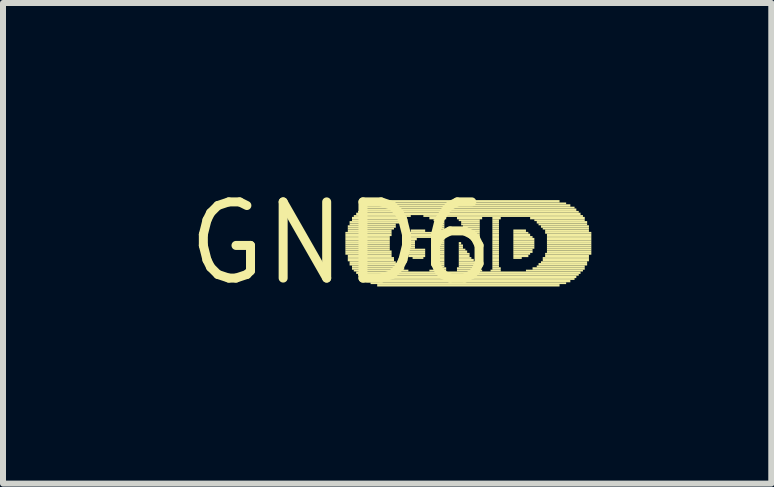
<source format=kicad_pcb>
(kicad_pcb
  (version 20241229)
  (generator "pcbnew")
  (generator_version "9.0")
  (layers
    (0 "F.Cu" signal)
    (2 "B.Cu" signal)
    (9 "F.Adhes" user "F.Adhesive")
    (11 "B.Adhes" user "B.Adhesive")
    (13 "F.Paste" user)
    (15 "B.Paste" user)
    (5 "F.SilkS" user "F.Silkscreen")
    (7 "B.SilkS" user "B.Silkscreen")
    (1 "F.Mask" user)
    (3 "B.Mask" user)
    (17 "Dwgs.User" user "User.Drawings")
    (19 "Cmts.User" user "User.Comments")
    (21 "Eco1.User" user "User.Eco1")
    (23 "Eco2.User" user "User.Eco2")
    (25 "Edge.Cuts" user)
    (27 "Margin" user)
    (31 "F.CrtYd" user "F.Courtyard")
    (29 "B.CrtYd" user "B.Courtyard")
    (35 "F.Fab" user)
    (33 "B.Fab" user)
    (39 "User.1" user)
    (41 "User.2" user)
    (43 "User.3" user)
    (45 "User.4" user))
  (footprint "GND6"
    (layer "F.Cu")
    (at 2.638 1.006)
    (property "Reference" "GND6" (at 0 0 0) (layer "F.SilkS") (effects (font (size 1.27 1.27) (thickness 0.15))))
    (fp_poly (pts (xy 0.07 -0.16) (xy 0.84 -0.16) (xy 0.84 -0.19) (xy 0.07 -0.19)) (stroke (width 0) (type default)) (fill yes) (layer "F.SilkS"))
    (fp_poly (pts (xy 0.07 -0.12) (xy 0.84 -0.12) (xy 0.84 -0.16) (xy 0.07 -0.16)) (stroke (width 0) (type default)) (fill yes) (layer "F.SilkS"))
    (fp_poly (pts (xy 0.07 -0.09) (xy 0.81 -0.09) (xy 0.81 -0.12) (xy 0.07 -0.12)) (stroke (width 0) (type default)) (fill yes) (layer "F.SilkS"))
    (fp_poly (pts (xy 0.07 -0.05) (xy 0.81 -0.05) (xy 0.81 -0.09) (xy 0.07 -0.09)) (stroke (width 0) (type default)) (fill yes) (layer "F.SilkS"))
    (fp_poly (pts (xy 0.07 -0.02) (xy 0.81 -0.02) (xy 0.81 -0.05) (xy 0.07 -0.05)) (stroke (width 0) (type default)) (fill yes) (layer "F.SilkS"))
    (fp_poly (pts (xy 0.07 0.02) (xy 0.81 0.02) (xy 0.81 -0.02) (xy 0.07 -0.02)) (stroke (width 0) (type default)) (fill yes) (layer "F.SilkS"))
    (fp_poly (pts (xy 0.07 0.05) (xy 0.81 0.05) (xy 0.81 0.02) (xy 0.07 0.02)) (stroke (width 0) (type default)) (fill yes) (layer "F.SilkS"))
    (fp_poly (pts (xy 0.07 0.09) (xy 0.81 0.09) (xy 0.81 0.05) (xy 0.07 0.05)) (stroke (width 0) (type default)) (fill yes) (layer "F.SilkS"))
    (fp_poly (pts (xy 0.07 0.12) (xy 0.81 0.12) (xy 0.81 0.09) (xy 0.07 0.09)) (stroke (width 0) (type default)) (fill yes) (layer "F.SilkS"))
    (fp_poly (pts (xy 0.07 0.16) (xy 0.84 0.16) (xy 0.84 0.12) (xy 0.07 0.12)) (stroke (width 0) (type default)) (fill yes) (layer "F.SilkS"))
    (fp_poly (pts (xy 0.07 0.19) (xy 0.84 0.19) (xy 0.84 0.16) (xy 0.07 0.16)) (stroke (width 0) (type default)) (fill yes) (layer "F.SilkS"))
    (fp_poly (pts (xy 0.11 -0.26) (xy 0.91 -0.26) (xy 0.91 -0.3) (xy 0.11 -0.3)) (stroke (width 0) (type default)) (fill yes) (layer "F.SilkS"))
    (fp_poly (pts (xy 0.11 -0.23) (xy 0.88 -0.23) (xy 0.88 -0.26) (xy 0.11 -0.26)) (stroke (width 0) (type default)) (fill yes) (layer "F.SilkS"))
    (fp_poly (pts (xy 0.11 -0.19) (xy 0.84 -0.19) (xy 0.84 -0.23) (xy 0.11 -0.23)) (stroke (width 0) (type default)) (fill yes) (layer "F.SilkS"))
    (fp_poly (pts (xy 0.11 0.23) (xy 0.84 0.23) (xy 0.84 0.19) (xy 0.11 0.19)) (stroke (width 0) (type default)) (fill yes) (layer "F.SilkS"))
    (fp_poly (pts (xy 0.11 0.26) (xy 0.88 0.26) (xy 0.88 0.23) (xy 0.11 0.23)) (stroke (width 0) (type default)) (fill yes) (layer "F.SilkS"))
    (fp_poly (pts (xy 0.11 0.3) (xy 0.88 0.3) (xy 0.88 0.26) (xy 0.11 0.26)) (stroke (width 0) (type default)) (fill yes) (layer "F.SilkS"))
    (fp_poly (pts (xy 0.14 -0.33) (xy 0.98 -0.33) (xy 0.98 -0.37) (xy 0.14 -0.37)) (stroke (width 0) (type default)) (fill yes) (layer "F.SilkS"))
    (fp_poly (pts (xy 0.14 -0.3) (xy 0.91 -0.3) (xy 0.91 -0.33) (xy 0.14 -0.33)) (stroke (width 0) (type default)) (fill yes) (layer "F.SilkS"))
    (fp_poly (pts (xy 0.14 0.33) (xy 0.91 0.33) (xy 0.91 0.3) (xy 0.14 0.3)) (stroke (width 0) (type default)) (fill yes) (layer "F.SilkS"))
    (fp_poly (pts (xy 0.14 0.37) (xy 0.95 0.37) (xy 0.95 0.33) (xy 0.14 0.33)) (stroke (width 0) (type default)) (fill yes) (layer "F.SilkS"))
    (fp_poly (pts (xy 0.18 -0.4) (xy 1.09 -0.4) (xy 1.09 -0.44) (xy 0.18 -0.44)) (stroke (width 0) (type default)) (fill yes) (layer "F.SilkS"))
    (fp_poly (pts (xy 0.18 -0.37) (xy 1.02 -0.37) (xy 1.02 -0.4) (xy 0.18 -0.4)) (stroke (width 0) (type default)) (fill yes) (layer "F.SilkS"))
    (fp_poly (pts (xy 0.18 0.4) (xy 0.98 0.4) (xy 0.98 0.37) (xy 0.18 0.37)) (stroke (width 0) (type default)) (fill yes) (layer "F.SilkS"))
    (fp_poly (pts (xy 0.18 0.44) (xy 1.05 0.44) (xy 1.05 0.4) (xy 0.18 0.4)) (stroke (width 0) (type default)) (fill yes) (layer "F.SilkS"))
    (fp_poly (pts (xy 0.21 -0.44) (xy 1.16 -0.44) (xy 1.16 -0.47) (xy 0.21 -0.47)) (stroke (width 0) (type default)) (fill yes) (layer "F.SilkS"))
    (fp_poly (pts (xy 0.21 0.47) (xy 1.12 0.47) (xy 1.12 0.44) (xy 0.21 0.44)) (stroke (width 0) (type default)) (fill yes) (layer "F.SilkS"))
    (fp_poly (pts (xy 0.25 -0.47) (xy 3.99 -0.47) (xy 3.99 -0.51) (xy 0.25 -0.51)) (stroke (width 0) (type default)) (fill yes) (layer "F.SilkS"))
    (fp_poly (pts (xy 0.25 0.51) (xy 3.99 0.51) (xy 3.99 0.47) (xy 0.25 0.47)) (stroke (width 0) (type default)) (fill yes) (layer "F.SilkS"))
    (fp_poly (pts (xy 0.28 -0.51) (xy 3.96 -0.51) (xy 3.96 -0.54) (xy 0.28 -0.54)) (stroke (width 0) (type default)) (fill yes) (layer "F.SilkS"))
    (fp_poly (pts (xy 0.28 0.54) (xy 3.96 0.54) (xy 3.96 0.51) (xy 0.28 0.51)) (stroke (width 0) (type default)) (fill yes) (layer "F.SilkS"))
    (fp_poly (pts (xy 0.32 -0.54) (xy 3.92 -0.54) (xy 3.92 -0.58) (xy 0.32 -0.58)) (stroke (width 0) (type default)) (fill yes) (layer "F.SilkS"))
    (fp_poly (pts (xy 0.32 0.58) (xy 3.92 0.58) (xy 3.92 0.54) (xy 0.32 0.54)) (stroke (width 0) (type default)) (fill yes) (layer "F.SilkS"))
    (fp_poly (pts (xy 0.35 -0.58) (xy 3.89 -0.58) (xy 3.89 -0.61) (xy 0.35 -0.61)) (stroke (width 0) (type default)) (fill yes) (layer "F.SilkS"))
    (fp_poly (pts (xy 0.35 0.61) (xy 3.89 0.61) (xy 3.89 0.58) (xy 0.35 0.58)) (stroke (width 0) (type default)) (fill yes) (layer "F.SilkS"))
    (fp_poly (pts (xy 0.42 -0.61) (xy 3.82 -0.61) (xy 3.82 -0.65) (xy 0.42 -0.65)) (stroke (width 0) (type default)) (fill yes) (layer "F.SilkS"))
    (fp_poly (pts (xy 0.42 0.65) (xy 3.82 0.65) (xy 3.82 0.61) (xy 0.42 0.61)) (stroke (width 0) (type default)) (fill yes) (layer "F.SilkS"))
    (fp_poly (pts (xy 0.49 -0.65) (xy 3.75 -0.65) (xy 3.75 -0.68) (xy 0.49 -0.68)) (stroke (width 0) (type default)) (fill yes) (layer "F.SilkS"))
    (fp_poly (pts (xy 0.49 0.68) (xy 3.75 0.68) (xy 3.75 0.65) (xy 0.49 0.65)) (stroke (width 0) (type default)) (fill yes) (layer "F.SilkS"))
    (fp_poly (pts (xy 0.6 -0.68) (xy 3.64 -0.68) (xy 3.64 -0.72) (xy 0.6 -0.72)) (stroke (width 0) (type default)) (fill yes) (layer "F.SilkS"))
    (fp_poly (pts (xy 0.6 0.72) (xy 3.64 0.72) (xy 3.64 0.68) (xy 0.6 0.68)) (stroke (width 0) (type default)) (fill yes) (layer "F.SilkS"))
    (fp_poly (pts (xy 1.02 -0.05) (xy 1.26 -0.05) (xy 1.26 -0.09) (xy 1.02 -0.09)) (stroke (width 0) (type default)) (fill yes) (layer "F.SilkS"))
    (fp_poly (pts (xy 1.02 -0.02) (xy 1.23 -0.02) (xy 1.23 -0.05) (xy 1.02 -0.05)) (stroke (width 0) (type default)) (fill yes) (layer "F.SilkS"))
    (fp_poly (pts (xy 1.02 0.02) (xy 1.23 0.02) (xy 1.23 -0.02) (xy 1.02 -0.02)) (stroke (width 0) (type default)) (fill yes) (layer "F.SilkS"))
    (fp_poly (pts (xy 1.02 0.05) (xy 1.23 0.05) (xy 1.23 0.02) (xy 1.02 0.02)) (stroke (width 0) (type default)) (fill yes) (layer "F.SilkS"))
    (fp_poly (pts (xy 1.02 0.09) (xy 1.23 0.09) (xy 1.23 0.05) (xy 1.02 0.05)) (stroke (width 0) (type default)) (fill yes) (layer "F.SilkS"))
    (fp_poly (pts (xy 1.05 -0.12) (xy 1.72 -0.12) (xy 1.72 -0.16) (xy 1.05 -0.16)) (stroke (width 0) (type default)) (fill yes) (layer "F.SilkS"))
    (fp_poly (pts (xy 1.05 -0.09) (xy 1.72 -0.09) (xy 1.72 -0.12) (xy 1.05 -0.12)) (stroke (width 0) (type default)) (fill yes) (layer "F.SilkS"))
    (fp_poly (pts (xy 1.05 0.12) (xy 1.4 0.12) (xy 1.4 0.09) (xy 1.05 0.09)) (stroke (width 0) (type default)) (fill yes) (layer "F.SilkS"))
    (fp_poly (pts (xy 1.05 0.16) (xy 1.4 0.16) (xy 1.4 0.12) (xy 1.05 0.12)) (stroke (width 0) (type default)) (fill yes) (layer "F.SilkS"))
    (fp_poly (pts (xy 1.09 -0.16) (xy 1.72 -0.16) (xy 1.72 -0.19) (xy 1.09 -0.19)) (stroke (width 0) (type default)) (fill yes) (layer "F.SilkS"))
    (fp_poly (pts (xy 1.09 0.19) (xy 1.4 0.19) (xy 1.4 0.16) (xy 1.09 0.16)) (stroke (width 0) (type default)) (fill yes) (layer "F.SilkS"))
    (fp_poly (pts (xy 1.12 0.23) (xy 1.4 0.23) (xy 1.4 0.19) (xy 1.12 0.19)) (stroke (width 0) (type default)) (fill yes) (layer "F.SilkS"))
    (fp_poly (pts (xy 1.16 -0.19) (xy 1.4 -0.19) (xy 1.4 -0.23) (xy 1.16 -0.23)) (stroke (width 0) (type default)) (fill yes) (layer "F.SilkS"))
    (fp_poly (pts (xy 1.19 0.26) (xy 1.37 0.26) (xy 1.37 0.23) (xy 1.19 0.23)) (stroke (width 0) (type default)) (fill yes) (layer "F.SilkS"))
    (fp_poly (pts (xy 1.37 -0.44) (xy 4.03 -0.44) (xy 4.03 -0.47) (xy 1.37 -0.47)) (stroke (width 0) (type default)) (fill yes) (layer "F.SilkS"))
    (fp_poly (pts (xy 1.47 -0.4) (xy 1.75 -0.4) (xy 1.75 -0.44) (xy 1.47 -0.44)) (stroke (width 0) (type default)) (fill yes) (layer "F.SilkS"))
    (fp_poly (pts (xy 1.47 0.47) (xy 1.75 0.47) (xy 1.75 0.44) (xy 1.47 0.44)) (stroke (width 0) (type default)) (fill yes) (layer "F.SilkS"))
    (fp_poly (pts (xy 1.54 -0.37) (xy 1.72 -0.37) (xy 1.72 -0.4) (xy 1.54 -0.4)) (stroke (width 0) (type default)) (fill yes) (layer "F.SilkS"))
    (fp_poly (pts (xy 1.54 -0.19) (xy 1.72 -0.19) (xy 1.72 -0.23) (xy 1.54 -0.23)) (stroke (width 0) (type default)) (fill yes) (layer "F.SilkS"))
    (fp_poly (pts (xy 1.54 0.44) (xy 1.75 0.44) (xy 1.75 0.4) (xy 1.54 0.4)) (stroke (width 0) (type default)) (fill yes) (layer "F.SilkS"))
    (fp_poly (pts (xy 1.58 -0.33) (xy 1.72 -0.33) (xy 1.72 -0.37) (xy 1.58 -0.37)) (stroke (width 0) (type default)) (fill yes) (layer "F.SilkS"))
    (fp_poly (pts (xy 1.58 -0.3) (xy 1.72 -0.3) (xy 1.72 -0.33) (xy 1.58 -0.33)) (stroke (width 0) (type default)) (fill yes) (layer "F.SilkS"))
    (fp_poly (pts (xy 1.58 -0.26) (xy 1.72 -0.26) (xy 1.72 -0.3) (xy 1.58 -0.3)) (stroke (width 0) (type default)) (fill yes) (layer "F.SilkS"))
    (fp_poly (pts (xy 1.58 -0.23) (xy 1.72 -0.23) (xy 1.72 -0.26) (xy 1.58 -0.26)) (stroke (width 0) (type default)) (fill yes) (layer "F.SilkS"))
    (fp_poly (pts (xy 1.58 -0.05) (xy 1.72 -0.05) (xy 1.72 -0.09) (xy 1.58 -0.09)) (stroke (width 0) (type default)) (fill yes) (layer "F.SilkS"))
    (fp_poly (pts (xy 1.58 0.4) (xy 1.72 0.4) (xy 1.72 0.37) (xy 1.58 0.37)) (stroke (width 0) (type default)) (fill yes) (layer "F.SilkS"))
    (fp_poly (pts (xy 1.61 -0.02) (xy 1.72 -0.02) (xy 1.72 -0.05) (xy 1.61 -0.05)) (stroke (width 0) (type default)) (fill yes) (layer "F.SilkS"))
    (fp_poly (pts (xy 1.61 0.02) (xy 1.72 0.02) (xy 1.72 -0.02) (xy 1.61 -0.02)) (stroke (width 0) (type default)) (fill yes) (layer "F.SilkS"))
    (fp_poly (pts (xy 1.61 0.05) (xy 1.72 0.05) (xy 1.72 0.02) (xy 1.61 0.02)) (stroke (width 0) (type default)) (fill yes) (layer "F.SilkS"))
    (fp_poly (pts (xy 1.61 0.09) (xy 1.72 0.09) (xy 1.72 0.05) (xy 1.61 0.05)) (stroke (width 0) (type default)) (fill yes) (layer "F.SilkS"))
    (fp_poly (pts (xy 1.61 0.12) (xy 1.72 0.12) (xy 1.72 0.09) (xy 1.61 0.09)) (stroke (width 0) (type default)) (fill yes) (layer "F.SilkS"))
    (fp_poly (pts (xy 1.61 0.16) (xy 1.72 0.16) (xy 1.72 0.12) (xy 1.61 0.12)) (stroke (width 0) (type default)) (fill yes) (layer "F.SilkS"))
    (fp_poly (pts (xy 1.61 0.19) (xy 1.72 0.19) (xy 1.72 0.16) (xy 1.61 0.16)) (stroke (width 0) (type default)) (fill yes) (layer "F.SilkS"))
    (fp_poly (pts (xy 1.61 0.23) (xy 1.72 0.23) (xy 1.72 0.19) (xy 1.61 0.19)) (stroke (width 0) (type default)) (fill yes) (layer "F.SilkS"))
    (fp_poly (pts (xy 1.61 0.26) (xy 1.72 0.26) (xy 1.72 0.23) (xy 1.61 0.23)) (stroke (width 0) (type default)) (fill yes) (layer "F.SilkS"))
    (fp_poly (pts (xy 1.61 0.3) (xy 1.72 0.3) (xy 1.72 0.26) (xy 1.61 0.26)) (stroke (width 0) (type default)) (fill yes) (layer "F.SilkS"))
    (fp_poly (pts (xy 1.61 0.33) (xy 1.72 0.33) (xy 1.72 0.3) (xy 1.61 0.3)) (stroke (width 0) (type default)) (fill yes) (layer "F.SilkS"))
    (fp_poly (pts (xy 1.61 0.37) (xy 1.72 0.37) (xy 1.72 0.33) (xy 1.61 0.33)) (stroke (width 0) (type default)) (fill yes) (layer "F.SilkS"))
    (fp_poly (pts (xy 1.93 -0.4) (xy 2.35 -0.4) (xy 2.35 -0.44) (xy 1.93 -0.44)) (stroke (width 0) (type default)) (fill yes) (layer "F.SilkS"))
    (fp_poly (pts (xy 1.93 0.44) (xy 2.31 0.44) (xy 2.31 0.4) (xy 1.93 0.4)) (stroke (width 0) (type default)) (fill yes) (layer "F.SilkS"))
    (fp_poly (pts (xy 1.93 0.47) (xy 2.35 0.47) (xy 2.35 0.44) (xy 1.93 0.44)) (stroke (width 0) (type default)) (fill yes) (layer "F.SilkS"))
    (fp_poly (pts (xy 1.96 -0.37) (xy 2.31 -0.37) (xy 2.31 -0.4) (xy 1.96 -0.4)) (stroke (width 0) (type default)) (fill yes) (layer "F.SilkS"))
    (fp_poly (pts (xy 1.96 0.02) (xy 2 0.02) (xy 2 -0.02) (xy 1.96 -0.02)) (stroke (width 0) (type default)) (fill yes) (layer "F.SilkS"))
    (fp_poly (pts (xy 1.96 0.05) (xy 2.03 0.05) (xy 2.03 0.02) (xy 1.96 0.02)) (stroke (width 0) (type default)) (fill yes) (layer "F.SilkS"))
    (fp_poly (pts (xy 1.96 0.09) (xy 2.03 0.09) (xy 2.03 0.05) (xy 1.96 0.05)) (stroke (width 0) (type default)) (fill yes) (layer "F.SilkS"))
    (fp_poly (pts (xy 1.96 0.12) (xy 2.07 0.12) (xy 2.07 0.09) (xy 1.96 0.09)) (stroke (width 0) (type default)) (fill yes) (layer "F.SilkS"))
    (fp_poly (pts (xy 1.96 0.16) (xy 2.1 0.16) (xy 2.1 0.12) (xy 1.96 0.12)) (stroke (width 0) (type default)) (fill yes) (layer "F.SilkS"))
    (fp_poly (pts (xy 1.96 0.19) (xy 2.14 0.19) (xy 2.14 0.16) (xy 1.96 0.16)) (stroke (width 0) (type default)) (fill yes) (layer "F.SilkS"))
    (fp_poly (pts (xy 1.96 0.23) (xy 2.14 0.23) (xy 2.14 0.19) (xy 1.96 0.19)) (stroke (width 0) (type default)) (fill yes) (layer "F.SilkS"))
    (fp_poly (pts (xy 1.96 0.26) (xy 2.17 0.26) (xy 2.17 0.23) (xy 1.96 0.23)) (stroke (width 0) (type default)) (fill yes) (layer "F.SilkS"))
    (fp_poly (pts (xy 1.96 0.3) (xy 2.21 0.3) (xy 2.21 0.26) (xy 1.96 0.26)) (stroke (width 0) (type default)) (fill yes) (layer "F.SilkS"))
    (fp_poly (pts (xy 1.96 0.33) (xy 2.24 0.33) (xy 2.24 0.3) (xy 1.96 0.3)) (stroke (width 0) (type default)) (fill yes) (layer "F.SilkS"))
    (fp_poly (pts (xy 1.96 0.37) (xy 2.24 0.37) (xy 2.24 0.33) (xy 1.96 0.33)) (stroke (width 0) (type default)) (fill yes) (layer "F.SilkS"))
    (fp_poly (pts (xy 1.96 0.4) (xy 2.28 0.4) (xy 2.28 0.37) (xy 1.96 0.37)) (stroke (width 0) (type default)) (fill yes) (layer "F.SilkS"))
    (fp_poly (pts (xy 2 -0.33) (xy 2.31 -0.33) (xy 2.31 -0.37) (xy 2 -0.37)) (stroke (width 0) (type default)) (fill yes) (layer "F.SilkS"))
    (fp_poly (pts (xy 2 -0.3) (xy 2.31 -0.3) (xy 2.31 -0.33) (xy 2 -0.33)) (stroke (width 0) (type default)) (fill yes) (layer "F.SilkS"))
    (fp_poly (pts (xy 2.03 -0.26) (xy 2.31 -0.26) (xy 2.31 -0.3) (xy 2.03 -0.3)) (stroke (width 0) (type default)) (fill yes) (layer "F.SilkS"))
    (fp_poly (pts (xy 2.07 -0.23) (xy 2.31 -0.23) (xy 2.31 -0.26) (xy 2.07 -0.26)) (stroke (width 0) (type default)) (fill yes) (layer "F.SilkS"))
    (fp_poly (pts (xy 2.1 -0.19) (xy 2.31 -0.19) (xy 2.31 -0.23) (xy 2.1 -0.23)) (stroke (width 0) (type default)) (fill yes) (layer "F.SilkS"))
    (fp_poly (pts (xy 2.1 -0.16) (xy 2.31 -0.16) (xy 2.31 -0.19) (xy 2.1 -0.19)) (stroke (width 0) (type default)) (fill yes) (layer "F.SilkS"))
    (fp_poly (pts (xy 2.14 -0.12) (xy 2.31 -0.12) (xy 2.31 -0.16) (xy 2.14 -0.16)) (stroke (width 0) (type default)) (fill yes) (layer "F.SilkS"))
    (fp_poly (pts (xy 2.17 -0.09) (xy 2.31 -0.09) (xy 2.31 -0.12) (xy 2.17 -0.12)) (stroke (width 0) (type default)) (fill yes) (layer "F.SilkS"))
    (fp_poly (pts (xy 2.21 -0.05) (xy 2.31 -0.05) (xy 2.31 -0.09) (xy 2.21 -0.09)) (stroke (width 0) (type default)) (fill yes) (layer "F.SilkS"))
    (fp_poly (pts (xy 2.21 -0.02) (xy 2.31 -0.02) (xy 2.31 -0.05) (xy 2.21 -0.05)) (stroke (width 0) (type default)) (fill yes) (layer "F.SilkS"))
    (fp_poly (pts (xy 2.24 0.02) (xy 2.31 0.02) (xy 2.31 -0.02) (xy 2.24 -0.02)) (stroke (width 0) (type default)) (fill yes) (layer "F.SilkS"))
    (fp_poly (pts (xy 2.28 0.05) (xy 2.31 0.05) (xy 2.31 0.02) (xy 2.28 0.02)) (stroke (width 0) (type default)) (fill yes) (layer "F.SilkS"))
    (fp_poly (pts (xy 2.49 0.47) (xy 2.66 0.47) (xy 2.66 0.44) (xy 2.49 0.44)) (stroke (width 0) (type default)) (fill yes) (layer "F.SilkS"))
    (fp_poly (pts (xy 2.52 -0.4) (xy 2.66 -0.4) (xy 2.66 -0.44) (xy 2.52 -0.44)) (stroke (width 0) (type default)) (fill yes) (layer "F.SilkS"))
    (fp_poly (pts (xy 2.52 -0.37) (xy 2.63 -0.37) (xy 2.63 -0.4) (xy 2.52 -0.4)) (stroke (width 0) (type default)) (fill yes) (layer "F.SilkS"))
    (fp_poly (pts (xy 2.52 -0.33) (xy 2.63 -0.33) (xy 2.63 -0.37) (xy 2.52 -0.37)) (stroke (width 0) (type default)) (fill yes) (layer "F.SilkS"))
    (fp_poly (pts (xy 2.52 -0.3) (xy 2.63 -0.3) (xy 2.63 -0.33) (xy 2.52 -0.33)) (stroke (width 0) (type default)) (fill yes) (layer "F.SilkS"))
    (fp_poly (pts (xy 2.52 -0.26) (xy 2.63 -0.26) (xy 2.63 -0.3) (xy 2.52 -0.3)) (stroke (width 0) (type default)) (fill yes) (layer "F.SilkS"))
    (fp_poly (pts (xy 2.52 -0.23) (xy 2.63 -0.23) (xy 2.63 -0.26) (xy 2.52 -0.26)) (stroke (width 0) (type default)) (fill yes) (layer "F.SilkS"))
    (fp_poly (pts (xy 2.52 -0.19) (xy 2.63 -0.19) (xy 2.63 -0.23) (xy 2.52 -0.23)) (stroke (width 0) (type default)) (fill yes) (layer "F.SilkS"))
    (fp_poly (pts (xy 2.52 -0.16) (xy 2.63 -0.16) (xy 2.63 -0.19) (xy 2.52 -0.19)) (stroke (width 0) (type default)) (fill yes) (layer "F.SilkS"))
    (fp_poly (pts (xy 2.52 -0.12) (xy 2.63 -0.12) (xy 2.63 -0.16) (xy 2.52 -0.16)) (stroke (width 0) (type default)) (fill yes) (layer "F.SilkS"))
    (fp_poly (pts (xy 2.52 -0.09) (xy 2.63 -0.09) (xy 2.63 -0.12) (xy 2.52 -0.12)) (stroke (width 0) (type default)) (fill yes) (layer "F.SilkS"))
    (fp_poly (pts (xy 2.52 -0.05) (xy 2.63 -0.05) (xy 2.63 -0.09) (xy 2.52 -0.09)) (stroke (width 0) (type default)) (fill yes) (layer "F.SilkS"))
    (fp_poly (pts (xy 2.52 -0.02) (xy 2.63 -0.02) (xy 2.63 -0.05) (xy 2.52 -0.05)) (stroke (width 0) (type default)) (fill yes) (layer "F.SilkS"))
    (fp_poly (pts (xy 2.52 0.02) (xy 2.63 0.02) (xy 2.63 -0.02) (xy 2.52 -0.02)) (stroke (width 0) (type default)) (fill yes) (layer "F.SilkS"))
    (fp_poly (pts (xy 2.52 0.05) (xy 2.63 0.05) (xy 2.63 0.02) (xy 2.52 0.02)) (stroke (width 0) (type default)) (fill yes) (layer "F.SilkS"))
    (fp_poly (pts (xy 2.52 0.09) (xy 2.63 0.09) (xy 2.63 0.05) (xy 2.52 0.05)) (stroke (width 0) (type default)) (fill yes) (layer "F.SilkS"))
    (fp_poly (pts (xy 2.52 0.12) (xy 2.63 0.12) (xy 2.63 0.09) (xy 2.52 0.09)) (stroke (width 0) (type default)) (fill yes) (layer "F.SilkS"))
    (fp_poly (pts (xy 2.52 0.16) (xy 2.63 0.16) (xy 2.63 0.12) (xy 2.52 0.12)) (stroke (width 0) (type default)) (fill yes) (layer "F.SilkS"))
    (fp_poly (pts (xy 2.52 0.19) (xy 2.63 0.19) (xy 2.63 0.16) (xy 2.52 0.16)) (stroke (width 0) (type default)) (fill yes) (layer "F.SilkS"))
    (fp_poly (pts (xy 2.52 0.23) (xy 2.63 0.23) (xy 2.63 0.19) (xy 2.52 0.19)) (stroke (width 0) (type default)) (fill yes) (layer "F.SilkS"))
    (fp_poly (pts (xy 2.52 0.26) (xy 2.63 0.26) (xy 2.63 0.23) (xy 2.52 0.23)) (stroke (width 0) (type default)) (fill yes) (layer "F.SilkS"))
    (fp_poly (pts (xy 2.52 0.3) (xy 2.63 0.3) (xy 2.63 0.26) (xy 2.52 0.26)) (stroke (width 0) (type default)) (fill yes) (layer "F.SilkS"))
    (fp_poly (pts (xy 2.52 0.33) (xy 2.63 0.33) (xy 2.63 0.3) (xy 2.52 0.3)) (stroke (width 0) (type default)) (fill yes) (layer "F.SilkS"))
    (fp_poly (pts (xy 2.52 0.37) (xy 2.63 0.37) (xy 2.63 0.33) (xy 2.52 0.33)) (stroke (width 0) (type default)) (fill yes) (layer "F.SilkS"))
    (fp_poly (pts (xy 2.52 0.4) (xy 2.63 0.4) (xy 2.63 0.37) (xy 2.52 0.37)) (stroke (width 0) (type default)) (fill yes) (layer "F.SilkS"))
    (fp_poly (pts (xy 2.52 0.44) (xy 2.66 0.44) (xy 2.66 0.4) (xy 2.52 0.4)) (stroke (width 0) (type default)) (fill yes) (layer "F.SilkS"))
    (fp_poly (pts (xy 2.87 -0.19) (xy 3.08 -0.19) (xy 3.08 -0.23) (xy 2.87 -0.23)) (stroke (width 0) (type default)) (fill yes) (layer "F.SilkS"))
    (fp_poly (pts (xy 2.87 -0.16) (xy 3.12 -0.16) (xy 3.12 -0.19) (xy 2.87 -0.19)) (stroke (width 0) (type default)) (fill yes) (layer "F.SilkS"))
    (fp_poly (pts (xy 2.87 -0.12) (xy 3.15 -0.12) (xy 3.15 -0.16) (xy 2.87 -0.16)) (stroke (width 0) (type default)) (fill yes) (layer "F.SilkS"))
    (fp_poly (pts (xy 2.87 -0.09) (xy 3.19 -0.09) (xy 3.19 -0.12) (xy 2.87 -0.12)) (stroke (width 0) (type default)) (fill yes) (layer "F.SilkS"))
    (fp_poly (pts (xy 2.87 -0.05) (xy 3.22 -0.05) (xy 3.22 -0.09) (xy 2.87 -0.09)) (stroke (width 0) (type default)) (fill yes) (layer "F.SilkS"))
    (fp_poly (pts (xy 2.87 -0.02) (xy 3.22 -0.02) (xy 3.22 -0.05) (xy 2.87 -0.05)) (stroke (width 0) (type default)) (fill yes) (layer "F.SilkS"))
    (fp_poly (pts (xy 2.87 0.02) (xy 3.22 0.02) (xy 3.22 -0.02) (xy 2.87 -0.02)) (stroke (width 0) (type default)) (fill yes) (layer "F.SilkS"))
    (fp_poly (pts (xy 2.87 0.05) (xy 3.22 0.05) (xy 3.22 0.02) (xy 2.87 0.02)) (stroke (width 0) (type default)) (fill yes) (layer "F.SilkS"))
    (fp_poly (pts (xy 2.87 0.09) (xy 3.22 0.09) (xy 3.22 0.05) (xy 2.87 0.05)) (stroke (width 0) (type default)) (fill yes) (layer "F.SilkS"))
    (fp_poly (pts (xy 2.87 0.12) (xy 3.19 0.12) (xy 3.19 0.09) (xy 2.87 0.09)) (stroke (width 0) (type default)) (fill yes) (layer "F.SilkS"))
    (fp_poly (pts (xy 2.87 0.16) (xy 3.19 0.16) (xy 3.19 0.12) (xy 2.87 0.12)) (stroke (width 0) (type default)) (fill yes) (layer "F.SilkS"))
    (fp_poly (pts (xy 2.87 0.19) (xy 3.15 0.19) (xy 3.15 0.16) (xy 2.87 0.16)) (stroke (width 0) (type default)) (fill yes) (layer "F.SilkS"))
    (fp_poly (pts (xy 2.87 0.23) (xy 3.12 0.23) (xy 3.12 0.19) (xy 2.87 0.19)) (stroke (width 0) (type default)) (fill yes) (layer "F.SilkS"))
    (fp_poly (pts (xy 2.87 0.26) (xy 3.01 0.26) (xy 3.01 0.23) (xy 2.87 0.23)) (stroke (width 0) (type default)) (fill yes) (layer "F.SilkS"))
    (fp_poly (pts (xy 3.08 0.47) (xy 4.03 0.47) (xy 4.03 0.44) (xy 3.08 0.44)) (stroke (width 0) (type default)) (fill yes) (layer "F.SilkS"))
    (fp_poly (pts (xy 3.15 -0.4) (xy 4.06 -0.4) (xy 4.06 -0.44) (xy 3.15 -0.44)) (stroke (width 0) (type default)) (fill yes) (layer "F.SilkS"))
    (fp_poly (pts (xy 3.19 0.44) (xy 4.06 0.44) (xy 4.06 0.4) (xy 3.19 0.4)) (stroke (width 0) (type default)) (fill yes) (layer "F.SilkS"))
    (fp_poly (pts (xy 3.22 -0.37) (xy 4.06 -0.37) (xy 4.06 -0.4) (xy 3.22 -0.4)) (stroke (width 0) (type default)) (fill yes) (layer "F.SilkS"))
    (fp_poly (pts (xy 3.26 -0.33) (xy 4.1 -0.33) (xy 4.1 -0.37) (xy 3.26 -0.37)) (stroke (width 0) (type default)) (fill yes) (layer "F.SilkS"))
    (fp_poly (pts (xy 3.26 0.4) (xy 4.06 0.4) (xy 4.06 0.37) (xy 3.26 0.37)) (stroke (width 0) (type default)) (fill yes) (layer "F.SilkS"))
    (fp_poly (pts (xy 3.29 -0.3) (xy 4.1 -0.3) (xy 4.1 -0.33) (xy 3.29 -0.33)) (stroke (width 0) (type default)) (fill yes) (layer "F.SilkS"))
    (fp_poly (pts (xy 3.29 0.37) (xy 4.1 0.37) (xy 4.1 0.33) (xy 3.29 0.33)) (stroke (width 0) (type default)) (fill yes) (layer "F.SilkS"))
    (fp_poly (pts (xy 3.33 -0.26) (xy 4.13 -0.26) (xy 4.13 -0.3) (xy 3.33 -0.3)) (stroke (width 0) (type default)) (fill yes) (layer "F.SilkS"))
    (fp_poly (pts (xy 3.33 0.33) (xy 4.1 0.33) (xy 4.1 0.3) (xy 3.33 0.3)) (stroke (width 0) (type default)) (fill yes) (layer "F.SilkS"))
    (fp_poly (pts (xy 3.36 -0.23) (xy 4.13 -0.23) (xy 4.13 -0.26) (xy 3.36 -0.26)) (stroke (width 0) (type default)) (fill yes) (layer "F.SilkS"))
    (fp_poly (pts (xy 3.36 0.26) (xy 4.13 0.26) (xy 4.13 0.23) (xy 3.36 0.23)) (stroke (width 0) (type default)) (fill yes) (layer "F.SilkS"))
    (fp_poly (pts (xy 3.36 0.3) (xy 4.13 0.3) (xy 4.13 0.26) (xy 3.36 0.26)) (stroke (width 0) (type default)) (fill yes) (layer "F.SilkS"))
    (fp_poly (pts (xy 3.4 -0.19) (xy 4.13 -0.19) (xy 4.13 -0.23) (xy 3.4 -0.23)) (stroke (width 0) (type default)) (fill yes) (layer "F.SilkS"))
    (fp_poly (pts (xy 3.4 -0.16) (xy 4.17 -0.16) (xy 4.17 -0.19) (xy 3.4 -0.19)) (stroke (width 0) (type default)) (fill yes) (layer "F.SilkS"))
    (fp_poly (pts (xy 3.4 0.19) (xy 4.17 0.19) (xy 4.17 0.16) (xy 3.4 0.16)) (stroke (width 0) (type default)) (fill yes) (layer "F.SilkS"))
    (fp_poly (pts (xy 3.4 0.23) (xy 4.13 0.23) (xy 4.13 0.19) (xy 3.4 0.19)) (stroke (width 0) (type default)) (fill yes) (layer "F.SilkS"))
    (fp_poly (pts (xy 3.43 -0.12) (xy 4.17 -0.12) (xy 4.17 -0.16) (xy 3.43 -0.16)) (stroke (width 0) (type default)) (fill yes) (layer "F.SilkS"))
    (fp_poly (pts (xy 3.43 -0.09) (xy 4.17 -0.09) (xy 4.17 -0.12) (xy 3.43 -0.12)) (stroke (width 0) (type default)) (fill yes) (layer "F.SilkS"))
    (fp_poly (pts (xy 3.43 -0.05) (xy 4.17 -0.05) (xy 4.17 -0.09) (xy 3.43 -0.09)) (stroke (width 0) (type default)) (fill yes) (layer "F.SilkS"))
    (fp_poly (pts (xy 3.43 -0.02) (xy 4.17 -0.02) (xy 4.17 -0.05) (xy 3.43 -0.05)) (stroke (width 0) (type default)) (fill yes) (layer "F.SilkS"))
    (fp_poly (pts (xy 3.43 0.02) (xy 4.17 0.02) (xy 4.17 -0.02) (xy 3.43 -0.02)) (stroke (width 0) (type default)) (fill yes) (layer "F.SilkS"))
    (fp_poly (pts (xy 3.43 0.05) (xy 4.17 0.05) (xy 4.17 0.02) (xy 3.43 0.02)) (stroke (width 0) (type default)) (fill yes) (layer "F.SilkS"))
    (fp_poly (pts (xy 3.43 0.09) (xy 4.17 0.09) (xy 4.17 0.05) (xy 3.43 0.05)) (stroke (width 0) (type default)) (fill yes) (layer "F.SilkS"))
    (fp_poly (pts (xy 3.43 0.12) (xy 4.17 0.12) (xy 4.17 0.09) (xy 3.43 0.09)) (stroke (width 0) (type default)) (fill yes) (layer "F.SilkS"))
    (fp_poly (pts (xy 3.43 0.16) (xy 4.17 0.16) (xy 4.17 0.12) (xy 3.43 0.12)) (stroke (width 0) (type default)) (fill yes) (layer "F.SilkS")))
  (gr_rect
    (start -3 -3)
    (end 9.808 5.012)
    (stroke (width 0.1) (type default))
    (fill no)
    (layer "Edge.Cuts")))
</source>
